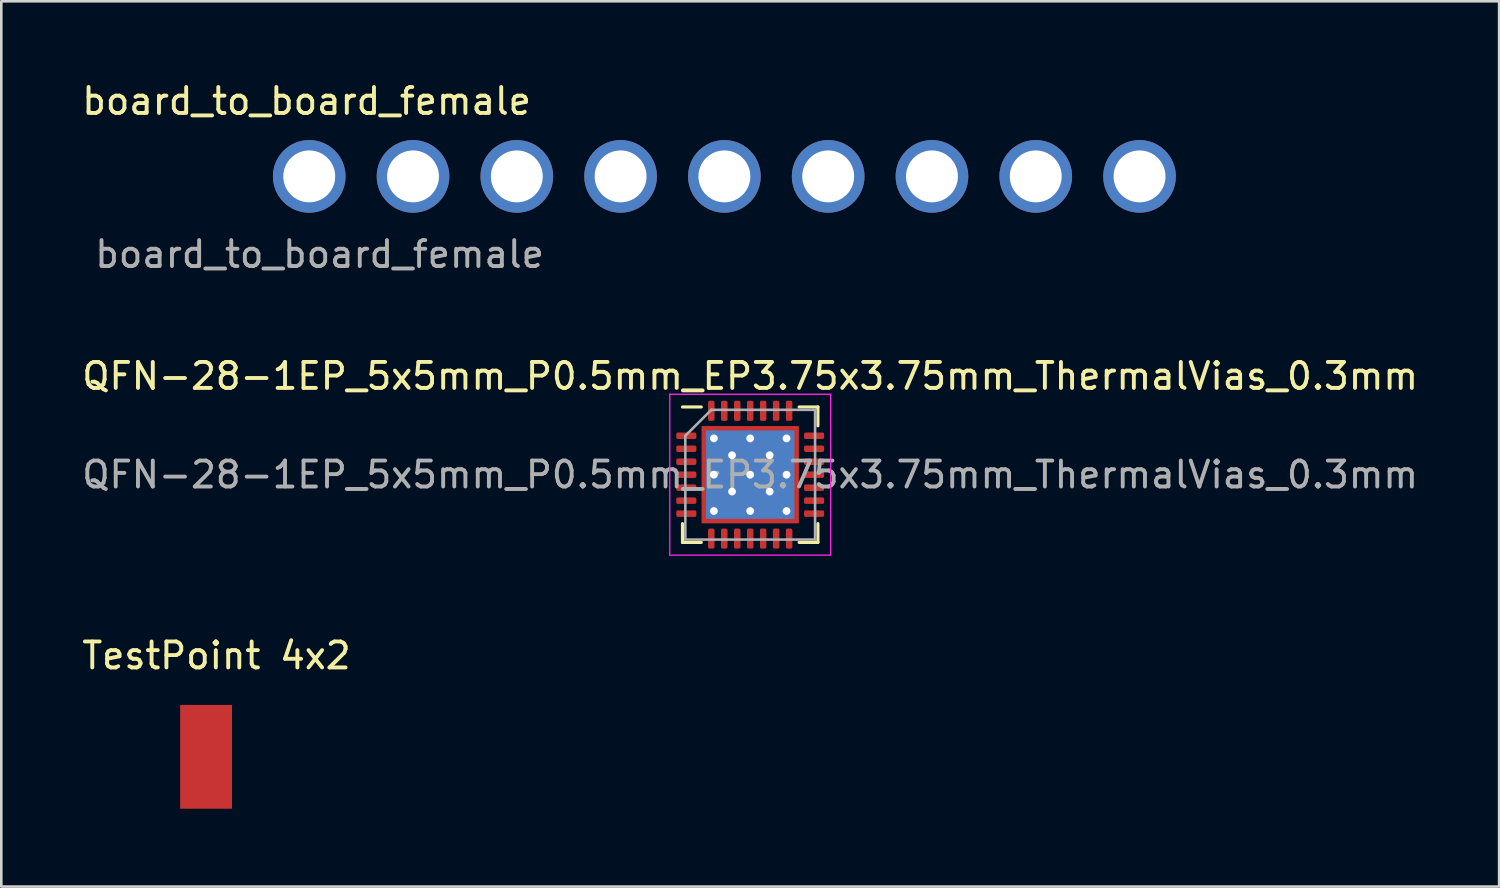
<source format=kicad_pcb>
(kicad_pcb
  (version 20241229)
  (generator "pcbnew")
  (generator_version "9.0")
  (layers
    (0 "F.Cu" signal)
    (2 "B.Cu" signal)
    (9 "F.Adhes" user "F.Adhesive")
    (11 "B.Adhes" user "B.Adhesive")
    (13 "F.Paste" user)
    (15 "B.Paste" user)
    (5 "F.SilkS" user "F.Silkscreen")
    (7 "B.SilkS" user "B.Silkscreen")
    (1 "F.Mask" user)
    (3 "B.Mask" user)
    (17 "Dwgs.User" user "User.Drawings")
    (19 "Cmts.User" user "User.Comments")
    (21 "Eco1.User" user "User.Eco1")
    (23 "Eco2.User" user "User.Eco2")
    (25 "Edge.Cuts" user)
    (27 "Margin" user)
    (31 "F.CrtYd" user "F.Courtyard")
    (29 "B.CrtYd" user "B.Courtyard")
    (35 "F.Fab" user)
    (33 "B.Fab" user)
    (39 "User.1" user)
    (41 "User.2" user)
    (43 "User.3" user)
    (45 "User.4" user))
  (footprint "QFN-28-1EP_5x5mm_P0.5mm_EP3.75x3.75mm_ThermalVias_0.3mm"
    (layer "F.Cu")
    (at 25.863 15.245)
    (property "Reference" "QFN-28-1EP_5x5mm_P0.5mm_EP3.75x3.75mm_ThermalVias_0.3mm" (at 0 -3.8 0) (layer "F.SilkS") (effects (font (size 1 1) (thickness 0.15))))
    (attr smd)
    (fp_line (start -2.61 2.61) (end -2.61 1.885) (stroke (width 0.12) (type solid)) (layer "F.SilkS"))
    (fp_line (start -1.885 -2.61) (end -2.61 -2.61) (stroke (width 0.12) (type solid)) (layer "F.SilkS"))
    (fp_line (start -1.885 2.61) (end -2.61 2.61) (stroke (width 0.12) (type solid)) (layer "F.SilkS"))
    (fp_line (start 1.885 -2.61) (end 2.61 -2.61) (stroke (width 0.12) (type solid)) (layer "F.SilkS"))
    (fp_line (start 1.885 2.61) (end 2.61 2.61) (stroke (width 0.12) (type solid)) (layer "F.SilkS"))
    (fp_line (start 2.61 -2.61) (end 2.61 -1.885) (stroke (width 0.12) (type solid)) (layer "F.SilkS"))
    (fp_line (start 2.61 2.61) (end 2.61 1.885) (stroke (width 0.12) (type solid)) (layer "F.SilkS"))
    (fp_line (start -3.1 -3.1) (end -3.1 3.1) (stroke (width 0.05) (type solid)) (layer "F.CrtYd"))
    (fp_line (start -3.1 3.1) (end 3.1 3.1) (stroke (width 0.05) (type solid)) (layer "F.CrtYd"))
    (fp_line (start 3.1 -3.1) (end -3.1 -3.1) (stroke (width 0.05) (type solid)) (layer "F.CrtYd"))
    (fp_line (start 3.1 3.1) (end 3.1 -3.1) (stroke (width 0.05) (type solid)) (layer "F.CrtYd"))
    (fp_line (start -2.5 -1.5) (end -1.5 -2.5) (stroke (width 0.1) (type solid)) (layer "F.Fab"))
    (fp_line (start -2.5 2.5) (end -2.5 -1.5) (stroke (width 0.1) (type solid)) (layer "F.Fab"))
    (fp_line (start -1.5 -2.5) (end 2.5 -2.5) (stroke (width 0.1) (type solid)) (layer "F.Fab"))
    (fp_line (start 2.5 -2.5) (end 2.5 2.5) (stroke (width 0.1) (type solid)) (layer "F.Fab"))
    (fp_line (start 2.5 2.5) (end -2.5 2.5) (stroke (width 0.1) (type solid)) (layer "F.Fab"))
    (fp_text user "${REFERENCE}" (at 0 0 0) (layer "F.Fab") (effects (font (size 1 1) (thickness 0.15))))
    (pad "" smd custom (at -1.637 -1.637) (size 0.248 0.248) (layers "F.Paste") (options (anchor circle)) (primitives (gr_poly (pts (xy -0.096 -0.096) (xy 0.096 -0.096) (xy 0.096 -0.039) (xy -0.039 0.096) (xy -0.096 0.096)) (width 0.191) (fill yes))))
    (pad "" smd custom (at -1.637 -1.05) (size 0.263 0.263) (layers "F.Paste") (options (anchor circle)) (primitives (gr_poly (pts (xy -0.096 -0.186) (xy -0.017 -0.186) (xy 0.096 -0.074) (xy 0.096 0.074) (xy -0.017 0.186) (xy -0.096 0.186)) (width 0.191) (fill yes))))
    (pad "" smd custom (at -1.637 -0.35) (size 0.263 0.263) (layers "F.Paste") (options (anchor circle)) (primitives (gr_poly (pts (xy -0.096 -0.186) (xy -0.017 -0.186) (xy 0.096 -0.074) (xy 0.096 0.074) (xy -0.017 0.186) (xy -0.096 0.186)) (width 0.191) (fill yes))))
    (pad "" smd custom (at -1.637 0.35) (size 0.263 0.263) (layers "F.Paste") (options (anchor circle)) (primitives (gr_poly (pts (xy -0.096 -0.186) (xy -0.017 -0.186) (xy 0.096 -0.074) (xy 0.096 0.074) (xy -0.017 0.186) (xy -0.096 0.186)) (width 0.191) (fill yes))))
    (pad "" smd custom (at -1.637 1.05) (size 0.263 0.263) (layers "F.Paste") (options (anchor circle)) (primitives (gr_poly (pts (xy -0.096 -0.186) (xy -0.017 -0.186) (xy 0.096 -0.074) (xy 0.096 0.074) (xy -0.017 0.186) (xy -0.096 0.186)) (width 0.191) (fill yes))))
    (pad "" smd custom (at -1.637 1.637) (size 0.248 0.248) (layers "F.Paste") (options (anchor circle)) (primitives (gr_poly (pts (xy -0.096 -0.096) (xy -0.039 -0.096) (xy 0.096 0.039) (xy 0.096 0.096) (xy -0.096 0.096)) (width 0.191) (fill yes))))
    (pad "" smd custom (at -1.05 -1.637) (size 0.263 0.263) (layers "F.Paste") (options (anchor circle)) (primitives (gr_poly (pts (xy -0.186 -0.096) (xy 0.186 -0.096) (xy 0.186 -0.017) (xy 0.074 0.096) (xy -0.074 0.096) (xy -0.186 -0.017)) (width 0.191) (fill yes))))
    (pad "" smd custom (at -1.05 -1.05) (size 0.46 0.46) (layers "F.Paste") (options (anchor circle)) (primitives (gr_poly (pts (xy -0.178 -0.092) (xy -0.092 -0.178) (xy 0.092 -0.178) (xy 0.178 -0.092) (xy 0.178 0.092) (xy 0.092 0.178) (xy -0.092 0.178) (xy -0.178 0.092)) (width 0.208) (fill yes))))
    (pad "" smd custom (at -1.05 -0.35) (size 0.46 0.46) (layers "F.Paste") (options (anchor circle)) (primitives (gr_poly (pts (xy -0.178 -0.092) (xy -0.092 -0.178) (xy 0.092 -0.178) (xy 0.178 -0.092) (xy 0.178 0.092) (xy 0.092 0.178) (xy -0.092 0.178) (xy -0.178 0.092)) (width 0.208) (fill yes))))
    (pad "" smd custom (at -1.05 0.35) (size 0.46 0.46) (layers "F.Paste") (options (anchor circle)) (primitives (gr_poly (pts (xy -0.178 -0.092) (xy -0.092 -0.178) (xy 0.092 -0.178) (xy 0.178 -0.092) (xy 0.178 0.092) (xy 0.092 0.178) (xy -0.092 0.178) (xy -0.178 0.092)) (width 0.208) (fill yes))))
    (pad "" smd custom (at -1.05 1.05) (size 0.46 0.46) (layers "F.Paste") (options (anchor circle)) (primitives (gr_poly (pts (xy -0.178 -0.092) (xy -0.092 -0.178) (xy 0.092 -0.178) (xy 0.178 -0.092) (xy 0.178 0.092) (xy 0.092 0.178) (xy -0.092 0.178) (xy -0.178 0.092)) (width 0.208) (fill yes))))
    (pad "" smd custom (at -1.05 1.637) (size 0.263 0.263) (layers "F.Paste") (options (anchor circle)) (primitives (gr_poly (pts (xy -0.186 0.017) (xy -0.074 -0.096) (xy 0.074 -0.096) (xy 0.186 0.017) (xy 0.186 0.096) (xy -0.186 0.096)) (width 0.191) (fill yes))))
    (pad "" smd custom (at -0.35 -1.637) (size 0.263 0.263) (layers "F.Paste") (options (anchor circle)) (primitives (gr_poly (pts (xy -0.186 -0.096) (xy 0.186 -0.096) (xy 0.186 -0.017) (xy 0.074 0.096) (xy -0.074 0.096) (xy -0.186 -0.017)) (width 0.191) (fill yes))))
    (pad "" smd custom (at -0.35 -1.05) (size 0.46 0.46) (layers "F.Paste") (options (anchor circle)) (primitives (gr_poly (pts (xy -0.178 -0.092) (xy -0.092 -0.178) (xy 0.092 -0.178) (xy 0.178 -0.092) (xy 0.178 0.092) (xy 0.092 0.178) (xy -0.092 0.178) (xy -0.178 0.092)) (width 0.208) (fill yes))))
    (pad "" smd custom (at -0.35 -0.35) (size 0.46 0.46) (layers "F.Paste") (options (anchor circle)) (primitives (gr_poly (pts (xy -0.178 -0.092) (xy -0.092 -0.178) (xy 0.092 -0.178) (xy 0.178 -0.092) (xy 0.178 0.092) (xy 0.092 0.178) (xy -0.092 0.178) (xy -0.178 0.092)) (width 0.208) (fill yes))))
    (pad "" smd custom (at -0.35 0.35) (size 0.46 0.46) (layers "F.Paste") (options (anchor circle)) (primitives (gr_poly (pts (xy -0.178 -0.092) (xy -0.092 -0.178) (xy 0.092 -0.178) (xy 0.178 -0.092) (xy 0.178 0.092) (xy 0.092 0.178) (xy -0.092 0.178) (xy -0.178 0.092)) (width 0.208) (fill yes))))
    (pad "" smd custom (at -0.35 1.05) (size 0.46 0.46) (layers "F.Paste") (options (anchor circle)) (primitives (gr_poly (pts (xy -0.178 -0.092) (xy -0.092 -0.178) (xy 0.092 -0.178) (xy 0.178 -0.092) (xy 0.178 0.092) (xy 0.092 0.178) (xy -0.092 0.178) (xy -0.178 0.092)) (width 0.208) (fill yes))))
    (pad "" smd custom (at -0.35 1.637) (size 0.263 0.263) (layers "F.Paste") (options (anchor circle)) (primitives (gr_poly (pts (xy -0.186 0.017) (xy -0.074 -0.096) (xy 0.074 -0.096) (xy 0.186 0.017) (xy 0.186 0.096) (xy -0.186 0.096)) (width 0.191) (fill yes))))
    (pad "" smd custom (at 0.35 -1.637) (size 0.263 0.263) (layers "F.Paste") (options (anchor circle)) (primitives (gr_poly (pts (xy -0.186 -0.096) (xy 0.186 -0.096) (xy 0.186 -0.017) (xy 0.074 0.096) (xy -0.074 0.096) (xy -0.186 -0.017)) (width 0.191) (fill yes))))
    (pad "" smd custom (at 0.35 -1.05) (size 0.46 0.46) (layers "F.Paste") (options (anchor circle)) (primitives (gr_poly (pts (xy -0.178 -0.092) (xy -0.092 -0.178) (xy 0.092 -0.178) (xy 0.178 -0.092) (xy 0.178 0.092) (xy 0.092 0.178) (xy -0.092 0.178) (xy -0.178 0.092)) (width 0.208) (fill yes))))
    (pad "" smd custom (at 0.35 -0.35) (size 0.46 0.46) (layers "F.Paste") (options (anchor circle)) (primitives (gr_poly (pts (xy -0.178 -0.092) (xy -0.092 -0.178) (xy 0.092 -0.178) (xy 0.178 -0.092) (xy 0.178 0.092) (xy 0.092 0.178) (xy -0.092 0.178) (xy -0.178 0.092)) (width 0.208) (fill yes))))
    (pad "" smd custom (at 0.35 0.35) (size 0.46 0.46) (layers "F.Paste") (options (anchor circle)) (primitives (gr_poly (pts (xy -0.178 -0.092) (xy -0.092 -0.178) (xy 0.092 -0.178) (xy 0.178 -0.092) (xy 0.178 0.092) (xy 0.092 0.178) (xy -0.092 0.178) (xy -0.178 0.092)) (width 0.208) (fill yes))))
    (pad "" smd custom (at 0.35 1.05) (size 0.46 0.46) (layers "F.Paste") (options (anchor circle)) (primitives (gr_poly (pts (xy -0.178 -0.092) (xy -0.092 -0.178) (xy 0.092 -0.178) (xy 0.178 -0.092) (xy 0.178 0.092) (xy 0.092 0.178) (xy -0.092 0.178) (xy -0.178 0.092)) (width 0.208) (fill yes))))
    (pad "" smd custom (at 0.35 1.637) (size 0.263 0.263) (layers "F.Paste") (options (anchor circle)) (primitives (gr_poly (pts (xy -0.186 0.017) (xy -0.074 -0.096) (xy 0.074 -0.096) (xy 0.186 0.017) (xy 0.186 0.096) (xy -0.186 0.096)) (width 0.191) (fill yes))))
    (pad "" smd custom (at 1.05 -1.637) (size 0.263 0.263) (layers "F.Paste") (options (anchor circle)) (primitives (gr_poly (pts (xy -0.186 -0.096) (xy 0.186 -0.096) (xy 0.186 -0.017) (xy 0.074 0.096) (xy -0.074 0.096) (xy -0.186 -0.017)) (width 0.191) (fill yes))))
    (pad "" smd custom (at 1.05 -1.05) (size 0.46 0.46) (layers "F.Paste") (options (anchor circle)) (primitives (gr_poly (pts (xy -0.178 -0.092) (xy -0.092 -0.178) (xy 0.092 -0.178) (xy 0.178 -0.092) (xy 0.178 0.092) (xy 0.092 0.178) (xy -0.092 0.178) (xy -0.178 0.092)) (width 0.208) (fill yes))))
    (pad "" smd custom (at 1.05 -0.35) (size 0.46 0.46) (layers "F.Paste") (options (anchor circle)) (primitives (gr_poly (pts (xy -0.178 -0.092) (xy -0.092 -0.178) (xy 0.092 -0.178) (xy 0.178 -0.092) (xy 0.178 0.092) (xy 0.092 0.178) (xy -0.092 0.178) (xy -0.178 0.092)) (width 0.208) (fill yes))))
    (pad "" smd custom (at 1.05 0.35) (size 0.46 0.46) (layers "F.Paste") (options (anchor circle)) (primitives (gr_poly (pts (xy -0.178 -0.092) (xy -0.092 -0.178) (xy 0.092 -0.178) (xy 0.178 -0.092) (xy 0.178 0.092) (xy 0.092 0.178) (xy -0.092 0.178) (xy -0.178 0.092)) (width 0.208) (fill yes))))
    (pad "" smd custom (at 1.05 1.05) (size 0.46 0.46) (layers "F.Paste") (options (anchor circle)) (primitives (gr_poly (pts (xy -0.178 -0.092) (xy -0.092 -0.178) (xy 0.092 -0.178) (xy 0.178 -0.092) (xy 0.178 0.092) (xy 0.092 0.178) (xy -0.092 0.178) (xy -0.178 0.092)) (width 0.208) (fill yes))))
    (pad "" smd custom (at 1.05 1.637) (size 0.263 0.263) (layers "F.Paste") (options (anchor circle)) (primitives (gr_poly (pts (xy -0.186 0.017) (xy -0.074 -0.096) (xy 0.074 -0.096) (xy 0.186 0.017) (xy 0.186 0.096) (xy -0.186 0.096)) (width 0.191) (fill yes))))
    (pad "" smd custom (at 1.637 -1.637) (size 0.248 0.248) (layers "F.Paste") (options (anchor circle)) (primitives (gr_poly (pts (xy -0.096 -0.096) (xy 0.096 -0.096) (xy 0.096 0.096) (xy 0.039 0.096) (xy -0.096 -0.039)) (width 0.191) (fill yes))))
    (pad "" smd custom (at 1.637 -1.05) (size 0.263 0.263) (layers "F.Paste") (options (anchor circle)) (primitives (gr_poly (pts (xy -0.096 -0.074) (xy 0.017 -0.186) (xy 0.096 -0.186) (xy 0.096 0.186) (xy 0.017 0.186) (xy -0.096 0.074)) (width 0.191) (fill yes))))
    (pad "" smd custom (at 1.637 -0.35) (size 0.263 0.263) (layers "F.Paste") (options (anchor circle)) (primitives (gr_poly (pts (xy -0.096 -0.074) (xy 0.017 -0.186) (xy 0.096 -0.186) (xy 0.096 0.186) (xy 0.017 0.186) (xy -0.096 0.074)) (width 0.191) (fill yes))))
    (pad "" smd custom (at 1.637 0.35) (size 0.263 0.263) (layers "F.Paste") (options (anchor circle)) (primitives (gr_poly (pts (xy -0.096 -0.074) (xy 0.017 -0.186) (xy 0.096 -0.186) (xy 0.096 0.186) (xy 0.017 0.186) (xy -0.096 0.074)) (width 0.191) (fill yes))))
    (pad "" smd custom (at 1.637 1.05) (size 0.263 0.263) (layers "F.Paste") (options (anchor circle)) (primitives (gr_poly (pts (xy -0.096 -0.074) (xy 0.017 -0.186) (xy 0.096 -0.186) (xy 0.096 0.186) (xy 0.017 0.186) (xy -0.096 0.074)) (width 0.191) (fill yes))))
    (pad "" smd custom (at 1.637 1.637) (size 0.248 0.248) (layers "F.Paste") (options (anchor circle)) (primitives (gr_poly (pts (xy -0.096 0.039) (xy 0.039 -0.096) (xy 0.096 -0.096) (xy 0.096 0.096) (xy -0.096 0.096)) (width 0.191) (fill yes))))
    (pad "1" smd roundrect (at -2.462 -1.5) (size 0.775 0.25) (layers "F.Cu" "F.Mask" "F.Paste") (roundrect_rratio 0.25))
    (pad "2" smd roundrect (at -2.462 -1) (size 0.775 0.25) (layers "F.Cu" "F.Mask" "F.Paste") (roundrect_rratio 0.25))
    (pad "3" smd roundrect (at -2.462 -0.5) (size 0.775 0.25) (layers "F.Cu" "F.Mask" "F.Paste") (roundrect_rratio 0.25))
    (pad "4" smd roundrect (at -2.462 0) (size 0.775 0.25) (layers "F.Cu" "F.Mask" "F.Paste") (roundrect_rratio 0.25))
    (pad "5" smd roundrect (at -2.462 0.5) (size 0.775 0.25) (layers "F.Cu" "F.Mask" "F.Paste") (roundrect_rratio 0.25))
    (pad "6" smd roundrect (at -2.462 1) (size 0.775 0.25) (layers "F.Cu" "F.Mask" "F.Paste") (roundrect_rratio 0.25))
    (pad "7" smd roundrect (at -2.462 1.5) (size 0.775 0.25) (layers "F.Cu" "F.Mask" "F.Paste") (roundrect_rratio 0.25))
    (pad "8" smd roundrect (at -1.5 2.462) (size 0.25 0.775) (layers "F.Cu" "F.Mask" "F.Paste") (roundrect_rratio 0.25))
    (pad "9" smd roundrect (at -1 2.462) (size 0.25 0.775) (layers "F.Cu" "F.Mask" "F.Paste") (roundrect_rratio 0.25))
    (pad "10" smd roundrect (at -0.5 2.462) (size 0.25 0.775) (layers "F.Cu" "F.Mask" "F.Paste") (roundrect_rratio 0.25))
    (pad "11" smd roundrect (at 0 2.462) (size 0.25 0.775) (layers "F.Cu" "F.Mask" "F.Paste") (roundrect_rratio 0.25))
    (pad "12" smd roundrect (at 0.5 2.462) (size 0.25 0.775) (layers "F.Cu" "F.Mask" "F.Paste") (roundrect_rratio 0.25))
    (pad "13" smd roundrect (at 1 2.462) (size 0.25 0.775) (layers "F.Cu" "F.Mask" "F.Paste") (roundrect_rratio 0.25))
    (pad "14" smd roundrect (at 1.5 2.462) (size 0.25 0.775) (layers "F.Cu" "F.Mask" "F.Paste") (roundrect_rratio 0.25))
    (pad "15" smd roundrect (at 2.462 1.5) (size 0.775 0.25) (layers "F.Cu" "F.Mask" "F.Paste") (roundrect_rratio 0.25))
    (pad "16" smd roundrect (at 2.462 1) (size 0.775 0.25) (layers "F.Cu" "F.Mask" "F.Paste") (roundrect_rratio 0.25))
    (pad "17" smd roundrect (at 2.462 0.5) (size 0.775 0.25) (layers "F.Cu" "F.Mask" "F.Paste") (roundrect_rratio 0.25))
    (pad "18" smd roundrect (at 2.462 0) (size 0.775 0.25) (layers "F.Cu" "F.Mask" "F.Paste") (roundrect_rratio 0.25))
    (pad "19" smd roundrect (at 2.462 -0.5) (size 0.775 0.25) (layers "F.Cu" "F.Mask" "F.Paste") (roundrect_rratio 0.25))
    (pad "20" smd roundrect (at 2.462 -1) (size 0.775 0.25) (layers "F.Cu" "F.Mask" "F.Paste") (roundrect_rratio 0.25))
    (pad "21" smd roundrect (at 2.462 -1.5) (size 0.775 0.25) (layers "F.Cu" "F.Mask" "F.Paste") (roundrect_rratio 0.25))
    (pad "22" smd roundrect (at 1.5 -2.462) (size 0.25 0.775) (layers "F.Cu" "F.Mask" "F.Paste") (roundrect_rratio 0.25))
    (pad "23" smd roundrect (at 1 -2.462) (size 0.25 0.775) (layers "F.Cu" "F.Mask" "F.Paste") (roundrect_rratio 0.25))
    (pad "24" smd roundrect (at 0.5 -2.462) (size 0.25 0.775) (layers "F.Cu" "F.Mask" "F.Paste") (roundrect_rratio 0.25))
    (pad "25" smd roundrect (at 0 -2.462) (size 0.25 0.775) (layers "F.Cu" "F.Mask" "F.Paste") (roundrect_rratio 0.25))
    (pad "26" smd roundrect (at -0.5 -2.462) (size 0.25 0.775) (layers "F.Cu" "F.Mask" "F.Paste") (roundrect_rratio 0.25))
    (pad "27" smd roundrect (at -1 -2.462) (size 0.25 0.775) (layers "F.Cu" "F.Mask" "F.Paste") (roundrect_rratio 0.25))
    (pad "28" smd roundrect (at -1.5 -2.462) (size 0.25 0.775) (layers "F.Cu" "F.Mask" "F.Paste") (roundrect_rratio 0.25))
    (pad "29" thru_hole circle (at -1.4 -1.4) (size 0.6 0.6) (drill 0.3) (layers "*.Cu"))
    (pad "29" thru_hole circle (at -1.4 0) (size 0.6 0.6) (drill 0.3) (layers "*.Cu"))
    (pad "29" thru_hole circle (at -1.4 1.4) (size 0.6 0.6) (drill 0.3) (layers "*.Cu"))
    (pad "29" thru_hole circle (at -0.7 -0.75) (size 0.6 0.6) (drill 0.3) (layers "*.Cu"))
    (pad "29" thru_hole circle (at -0.7 0.65) (size 0.6 0.6) (drill 0.3) (layers "*.Cu"))
    (pad "29" thru_hole circle (at 0 -1.4) (size 0.6 0.6) (drill 0.3) (layers "*.Cu"))
    (pad "29" thru_hole circle (at 0 0) (size 0.6 0.6) (drill 0.3) (layers "*.Cu"))
    (pad "29" smd rect (at 0 0) (size 3.4 3.4) (layers "B.Cu"))
    (pad "29" smd rect (at 0 0) (size 3.75 3.75) (layers "F.Cu" "F.Mask"))
    (pad "29" thru_hole circle (at 0 1.4) (size 0.6 0.6) (drill 0.3) (layers "*.Cu"))
    (pad "29" thru_hole circle (at 0.75 -0.75) (size 0.6 0.6) (drill 0.3) (layers "*.Cu"))
    (pad "29" thru_hole circle (at 0.75 0.65) (size 0.6 0.6) (drill 0.3) (layers "*.Cu"))
    (pad "29" thru_hole circle (at 1.4 -1.4) (size 0.6 0.6) (drill 0.3) (layers "*.Cu"))
    (pad "29" thru_hole circle (at 1.4 0) (size 0.6 0.6) (drill 0.3) (layers "*.Cu"))
    (pad "29" thru_hole circle (at 1.4 1.4) (size 0.6 0.6) (drill 0.3) (layers "*.Cu")))
  (footprint "board_to_board_female"
    (layer "F.Cu")
    (at 8.868 3.748)
    (property "Reference" "board_to_board_female" (at -0.1 -2.9 0) (unlocked yes) (layer "F.SilkS") (effects (font (size 1 1) (thickness 0.15))))
    (attr through_hole)
    (fp_text user "${REFERENCE}" (at 0.4 3 0) (unlocked yes) (layer "F.Fab") (effects (font (size 1 1) (thickness 0.15))))
    (pad "1" thru_hole circle (at 0 0) (size 2.8 2.8) (drill 2) (layers "*.Cu" "*.Mask"))
    (pad "2" thru_hole circle (at 4 0) (size 2.8 2.8) (drill 2) (layers "*.Cu" "*.Mask"))
    (pad "3" thru_hole circle (at 8 0) (size 2.8 2.8) (drill 2) (layers "*.Cu" "*.Mask"))
    (pad "4" thru_hole circle (at 12 0) (size 2.8 2.8) (drill 2) (layers "*.Cu" "*.Mask"))
    (pad "5" thru_hole circle (at 16 0) (size 2.8 2.8) (drill 2) (layers "*.Cu" "*.Mask"))
    (pad "6" thru_hole circle (at 20 0) (size 2.8 2.8) (drill 2) (layers "*.Cu" "*.Mask"))
    (pad "7" thru_hole circle (at 24 0) (size 2.8 2.8) (drill 2) (layers "*.Cu" "*.Mask"))
    (pad "8" thru_hole circle (at 28 0) (size 2.8 2.8) (drill 2) (layers "*.Cu" "*.Mask"))
    (pad "9" thru_hole circle (at 32 0) (size 2.8 2.8) (drill 2) (layers "*.Cu" "*.Mask")))
  (footprint "TestPoint 4x2"
    (layer "F.Cu")
    (at 4.892 26.118)
    (property "Reference" "TestPoint 4x2" (at 0.4 -3.9 0) (unlocked yes) (layer "F.SilkS") (effects (font (size 1 1) (thickness 0.15))))
    (attr smd)
    (pad "1" smd rect (at 0 0) (size 2 4) (layers "F.Cu" "F.Mask" "F.Paste")))
  (gr_rect
    (start -3 -3)
    (end 54.726 31.118)
    (stroke (width 0.1) (type default))
    (fill no)
    (layer "Edge.Cuts")))
</source>
